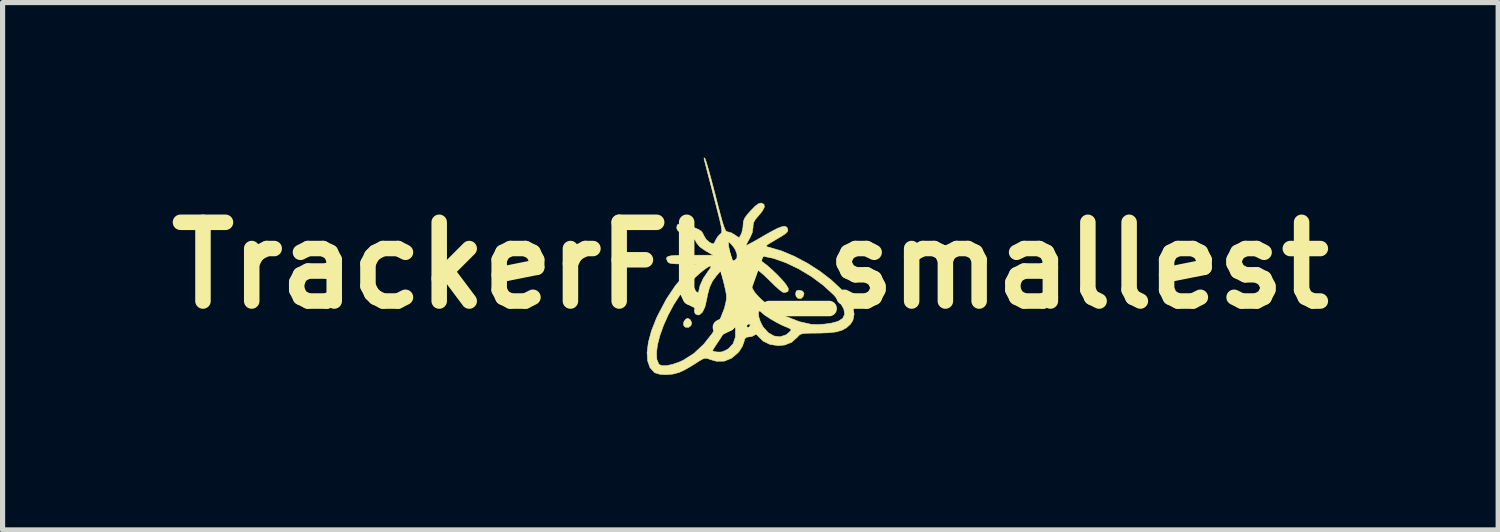
<source format=kicad_pcb>
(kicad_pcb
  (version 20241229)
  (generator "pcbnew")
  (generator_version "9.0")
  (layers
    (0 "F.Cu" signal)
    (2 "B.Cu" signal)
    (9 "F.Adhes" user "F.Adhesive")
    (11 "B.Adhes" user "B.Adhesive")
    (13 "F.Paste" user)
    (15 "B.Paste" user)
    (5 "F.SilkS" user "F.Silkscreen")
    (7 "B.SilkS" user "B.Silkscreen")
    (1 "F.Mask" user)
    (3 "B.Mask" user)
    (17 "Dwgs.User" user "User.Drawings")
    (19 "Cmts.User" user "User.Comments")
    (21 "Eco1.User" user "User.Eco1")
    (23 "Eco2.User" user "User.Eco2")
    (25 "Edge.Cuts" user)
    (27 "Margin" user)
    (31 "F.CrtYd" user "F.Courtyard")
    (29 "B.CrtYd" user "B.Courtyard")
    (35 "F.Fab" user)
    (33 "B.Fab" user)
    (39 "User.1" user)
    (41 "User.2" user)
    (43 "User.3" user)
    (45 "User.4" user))
  (footprint "TrackerFly_smallest"
    (layer "F.Cu")
    (at 11.474 2.087)
    (property "Reference" "TrackerFly_smallest" (at 0 0 0) (layer "F.SilkS") (effects (font (size 1.524 1.524) (thickness 0.3))))
    (attr through_hole)
    (fp_poly (pts (xy -1.172 1.046) (xy -1.163 1.054) (xy -1.136 1.111) (xy -1.151 1.165) (xy -1.197 1.199) (xy -1.262 1.195) (xy -1.263 1.195) (xy -1.294 1.157) (xy -1.292 1.099) (xy -1.257 1.045) (xy -1.254 1.043) (xy -1.213 1.022) (xy -1.172 1.046)) (stroke (width 0.01) (type solid)) (fill yes) (layer "F.SilkS"))
    (fp_poly (pts (xy 1.012 0.499) (xy 1.038 0.546) (xy 1.018 0.605) (xy 1.016 0.607) (xy 0.978 0.642) (xy 0.934 0.639) (xy 0.91 0.63) (xy 0.883 0.594) (xy 0.875 0.548) (xy 0.887 0.496) (xy 0.934 0.48) (xy 0.946 0.48) (xy 1.012 0.499)) (stroke (width 0.01) (type solid)) (fill yes) (layer "F.SilkS"))
    (fp_poly (pts (xy -0.882 -2.074) (xy -0.868 -2.04) (xy -0.842 -1.959) (xy -0.807 -1.838) (xy -0.765 -1.686) (xy -0.718 -1.509) (xy -0.676 -1.348) (xy -0.621 -1.133) (xy -0.577 -0.968) (xy -0.543 -0.845) (xy -0.515 -0.758) (xy -0.493 -0.701) (xy -0.474 -0.668) (xy -0.456 -0.653) (xy -0.436 -0.649) (xy -0.436 -0.649) (xy -0.371 -0.632) (xy -0.301 -0.591) (xy -0.299 -0.589) (xy -0.246 -0.552) (xy -0.215 -0.539) (xy -0.214 -0.54) (xy -0.169 -0.624) (xy -0.144 -0.737) (xy -0.141 -0.786) (xy -0.135 -0.852) (xy -0.113 -0.911) (xy -0.065 -0.979) (xy 0.004 -1.057) (xy 0.096 -1.15) (xy 0.163 -1.198) (xy 0.208 -1.208) (xy 0.263 -1.182) (xy 0.27 -1.129) (xy 0.229 -1.05) (xy 0.166 -0.973) (xy 0.096 -0.891) (xy 0.061 -0.828) (xy 0.051 -0.766) (xy 0.052 -0.745) (xy 0.035 -0.632) (xy -0.013 -0.526) (xy -0.054 -0.453) (xy -0.08 -0.401) (xy -0.085 -0.387) (xy -0.062 -0.394) (xy 0.000425 -0.426) (xy 0.094 -0.477) (xy 0.209 -0.543) (xy 0.247 -0.566) (xy 0.408 -0.657) (xy 0.528 -0.719) (xy 0.614 -0.751) (xy 0.671 -0.757) (xy 0.706 -0.737) (xy 0.717 -0.717) (xy 0.725 -0.683) (xy 0.716 -0.652) (xy 0.681 -0.617) (xy 0.614 -0.571) (xy 0.505 -0.507) (xy 0.487 -0.496) (xy 0.385 -0.436) (xy 0.326 -0.398) (xy 0.305 -0.376) (xy 0.316 -0.363) (xy 0.353 -0.353) (xy 0.354 -0.353) (xy 0.596 -0.283) (xy 0.849 -0.177) (xy 1.102 -0.043) (xy 1.344 0.112) (xy 1.564 0.281) (xy 1.752 0.457) (xy 1.896 0.633) (xy 1.917 0.664) (xy 1.984 0.806) (xy 2.007 0.942) (xy 1.984 1.062) (xy 1.936 1.137) (xy 1.86 1.206) (xy 1.773 1.254) (xy 1.664 1.286) (xy 1.523 1.303) (xy 1.337 1.31) (xy 1.312 1.31) (xy 1.169 1.311) (xy 1.071 1.314) (xy 1.007 1.321) (xy 0.965 1.335) (xy 0.935 1.358) (xy 0.907 1.39) (xy 0.797 1.488) (xy 0.665 1.54) (xy 0.534 1.552) (xy 0.379 1.529) (xy 0.246 1.465) (xy 0.155 1.375) (xy 0.118 1.335) (xy 0.085 1.343) (xy 0.079 1.349) (xy 0.027 1.375) (xy -0.031 1.383) (xy -0.084 1.392) (xy -0.112 1.429) (xy -0.125 1.482) (xy -0.156 1.565) (xy -0.211 1.655) (xy -0.234 1.684) (xy -0.363 1.795) (xy -0.506 1.853) (xy -0.66 1.855) (xy -0.78 1.82) (xy -0.833 1.801) (xy -0.875 1.796) (xy -0.921 1.81) (xy -0.988 1.848) (xy -1.069 1.901) (xy -1.177 1.967) (xy -1.286 2.028) (xy -1.372 2.068) (xy -1.376 2.07) (xy -1.499 2.103) (xy -1.631 2.115) (xy -1.753 2.107) (xy -1.846 2.079) (xy -1.859 2.071) (xy -1.943 1.979) (xy -1.989 1.848) (xy -2 1.688) (xy -1.818 1.688) (xy -1.811 1.817) (xy -1.774 1.91) (xy -1.77 1.915) (xy -1.715 1.94) (xy -1.622 1.94) (xy -1.504 1.915) (xy -1.371 1.868) (xy -1.294 1.832) (xy -1.092 1.703) (xy -1.036 1.65) (xy -0.734 1.65) (xy -0.71 1.665) (xy -0.653 1.675) (xy -0.587 1.677) (xy -0.55 1.673) (xy -0.486 1.647) (xy -0.423 1.611) (xy -0.335 1.515) (xy -0.29 1.387) (xy -0.289 1.229) (xy -0.304 1.16) (xy -0.069 1.16) (xy -0.068 1.19) (xy -0.038 1.202) (xy -0.02 1.188) (xy -0.002 1.152) (xy -0.007 1.141) (xy -0.041 1.135) (xy -0.069 1.16) (xy -0.304 1.16) (xy -0.321 1.087) (xy -0.355 0.974) (xy -0.405 1.101) (xy -0.446 1.185) (xy -0.507 1.294) (xy -0.578 1.408) (xy -0.595 1.433) (xy -0.657 1.526) (xy -0.705 1.6) (xy -0.731 1.643) (xy -0.734 1.65) (xy -1.036 1.65) (xy -0.905 1.528) (xy -0.739 1.319) (xy -0.604 1.087) (xy -0.543 0.932) (xy 0.154 0.932) (xy 0.163 0.997) (xy 0.187 1.075) (xy 0.226 1.157) (xy 0.248 1.194) (xy 0.346 1.303) (xy 0.457 1.366) (xy 0.572 1.382) (xy 0.682 1.347) (xy 0.716 1.324) (xy 0.766 1.279) (xy 0.79 1.247) (xy 0.79 1.245) (xy 0.766 1.224) (xy 0.707 1.196) (xy 0.684 1.188) (xy 0.597 1.15) (xy 0.492 1.095) (xy 0.385 1.033) (xy 0.294 0.973) (xy 0.233 0.925) (xy 0.226 0.917) (xy 0.185 0.882) (xy 0.161 0.89) (xy 0.154 0.932) (xy -0.543 0.932) (xy -0.508 0.843) (xy -0.494 0.793) (xy -0.473 0.704) (xy -0.463 0.636) (xy -0.465 0.569) (xy -0.48 0.484) (xy -0.508 0.365) (xy -0.51 0.357) (xy -0.573 0.102) (xy -0.657 0.199) (xy -0.737 0.309) (xy -0.792 0.428) (xy -0.831 0.575) (xy -0.844 0.649) (xy -0.879 0.8) (xy -0.927 0.903) (xy -0.985 0.954) (xy -1.014 0.96) (xy -1.068 0.938) (xy -1.087 0.879) (xy -1.069 0.797) (xy -1.048 0.726) (xy -1.026 0.625) (xy -1.012 0.554) (xy -0.975 0.391) (xy -0.913 0.253) (xy -0.817 0.111) (xy -0.814 0.108) (xy -0.77 0.044) (xy -0.761 0.014) (xy -0.783 0.013) (xy -0.83 0.037) (xy -0.896 0.083) (xy -0.975 0.147) (xy -1.061 0.224) (xy -1.149 0.311) (xy -1.23 0.399) (xy -1.362 0.57) (xy -1.484 0.759) (xy -1.59 0.956) (xy -1.68 1.156) (xy -1.75 1.35) (xy -1.797 1.529) (xy -1.818 1.688) (xy -2 1.688) (xy -2 1.683) (xy -1.975 1.488) (xy -1.915 1.266) (xy -1.819 1.023) (xy -1.792 0.966) (xy -1.628 0.655) (xy -1.451 0.39) (xy -1.255 0.162) (xy -1.241 0.147) (xy -1.1 0.005) (xy -0.071 0.005) (xy -0.069 0.035) (xy -0.056 0.107) (xy -0.033 0.206) (xy -0.022 0.25) (xy 0.009 0.368) (xy 0.041 0.452) (xy 0.084 0.522) (xy 0.149 0.597) (xy 0.212 0.66) (xy 0.427 0.838) (xy 0.677 0.984) (xy 0.947 1.089) (xy 1.171 1.139) (xy 1.291 1.145) (xy 1.436 1.136) (xy 1.578 1.115) (xy 1.692 1.084) (xy 1.698 1.082) (xy 1.787 1.025) (xy 1.824 0.946) (xy 1.809 0.847) (xy 1.742 0.725) (xy 1.623 0.582) (xy 1.612 0.57) (xy 1.411 0.385) (xy 1.183 0.216) (xy 0.939 0.069) (xy 0.689 -0.051) (xy 0.447 -0.137) (xy 0.221 -0.183) (xy 0.169 -0.187) (xy -0.014 -0.199) (xy 0.14 -0.127) (xy 0.22 -0.078) (xy 0.318 -0.004) (xy 0.422 0.087) (xy 0.525 0.186) (xy 0.617 0.283) (xy 0.687 0.368) (xy 0.728 0.434) (xy 0.734 0.457) (xy 0.728 0.5) (xy 0.722 0.508) (xy 0.689 0.517) (xy 0.664 0.526) (xy 0.627 0.519) (xy 0.566 0.476) (xy 0.476 0.395) (xy 0.387 0.307) (xy 0.252 0.177) (xy 0.139 0.085) (xy 0.053 0.035) (xy 0.047 0.033) (xy -0.023 0.011) (xy -0.066 0.004) (xy -0.071 0.005) (xy -1.1 0.005) (xy -1.067 -0.028) (xy -1.323 -0.028) (xy -1.448 -0.03) (xy -1.528 -0.036) (xy -1.575 -0.049) (xy -1.6 -0.07) (xy -1.604 -0.078) (xy -1.622 -0.12) (xy -1.62 -0.152) (xy -1.593 -0.173) (xy -1.534 -0.187) (xy -1.436 -0.194) (xy -1.293 -0.197) (xy -1.162 -0.198) (xy -0.72 -0.198) (xy -0.774 -0.229) (xy -0.534 -0.229) (xy -0.528 -0.137) (xy -0.519 -0.1) (xy -0.486 -0.062) (xy -0.446 -0.068) (xy -0.418 -0.108) (xy -0.414 -0.144) (xy -0.424 -0.216) (xy -0.445 -0.31) (xy -0.453 -0.341) (xy -0.475 -0.413) (xy -0.484 -0.427) (xy -0.426 -0.427) (xy -0.419 -0.361) (xy -0.4 -0.269) (xy -0.4 -0.268) (xy -0.377 -0.176) (xy -0.359 -0.11) (xy -0.35 -0.085) (xy -0.35 -0.085) (xy -0.322 -0.093) (xy -0.299 -0.102) (xy -0.261 -0.142) (xy -0.259 -0.212) (xy -0.289 -0.298) (xy -0.326 -0.357) (xy -0.376 -0.416) (xy -0.413 -0.449) (xy -0.421 -0.452) (xy -0.426 -0.427) (xy -0.484 -0.427) (xy -0.491 -0.436) (xy -0.506 -0.417) (xy -0.51 -0.409) (xy -0.528 -0.33) (xy -0.534 -0.229) (xy -0.774 -0.229) (xy -0.87 -0.284) (xy -0.981 -0.361) (xy -1.042 -0.436) (xy -1.047 -0.449) (xy -1.077 -0.5) (xy -1.133 -0.542) (xy -1.229 -0.587) (xy -1.25 -0.595) (xy -1.346 -0.635) (xy -1.399 -0.668) (xy -1.422 -0.703) (xy -1.425 -0.734) (xy -1.417 -0.784) (xy -1.38 -0.8) (xy -1.341 -0.8) (xy -1.267 -0.788) (xy -1.168 -0.76) (xy -1.095 -0.735) (xy -1 -0.694) (xy -0.943 -0.654) (xy -0.912 -0.603) (xy -0.905 -0.584) (xy -0.858 -0.504) (xy -0.792 -0.447) (xy -0.735 -0.418) (xy -0.705 -0.424) (xy -0.68 -0.472) (xy -0.676 -0.484) (xy -0.633 -0.556) (xy -0.586 -0.606) (xy -0.569 -0.619) (xy -0.558 -0.638) (xy -0.554 -0.668) (xy -0.559 -0.716) (xy -0.572 -0.789) (xy -0.596 -0.893) (xy -0.632 -1.036) (xy -0.68 -1.224) (xy -0.704 -1.317) (xy -0.753 -1.506) (xy -0.798 -1.679) (xy -0.837 -1.828) (xy -0.867 -1.945) (xy -0.887 -2.021) (xy -0.894 -2.046) (xy -0.898 -2.082) (xy -0.882 -2.074)) (stroke (width 0.01) (type solid)) (fill yes) (layer "F.SilkS")))
  (gr_rect
    (start -3 -3)
    (end 25.947 7.207)
    (stroke (width 0.1) (type default))
    (fill no)
    (layer "Edge.Cuts")))
</source>
